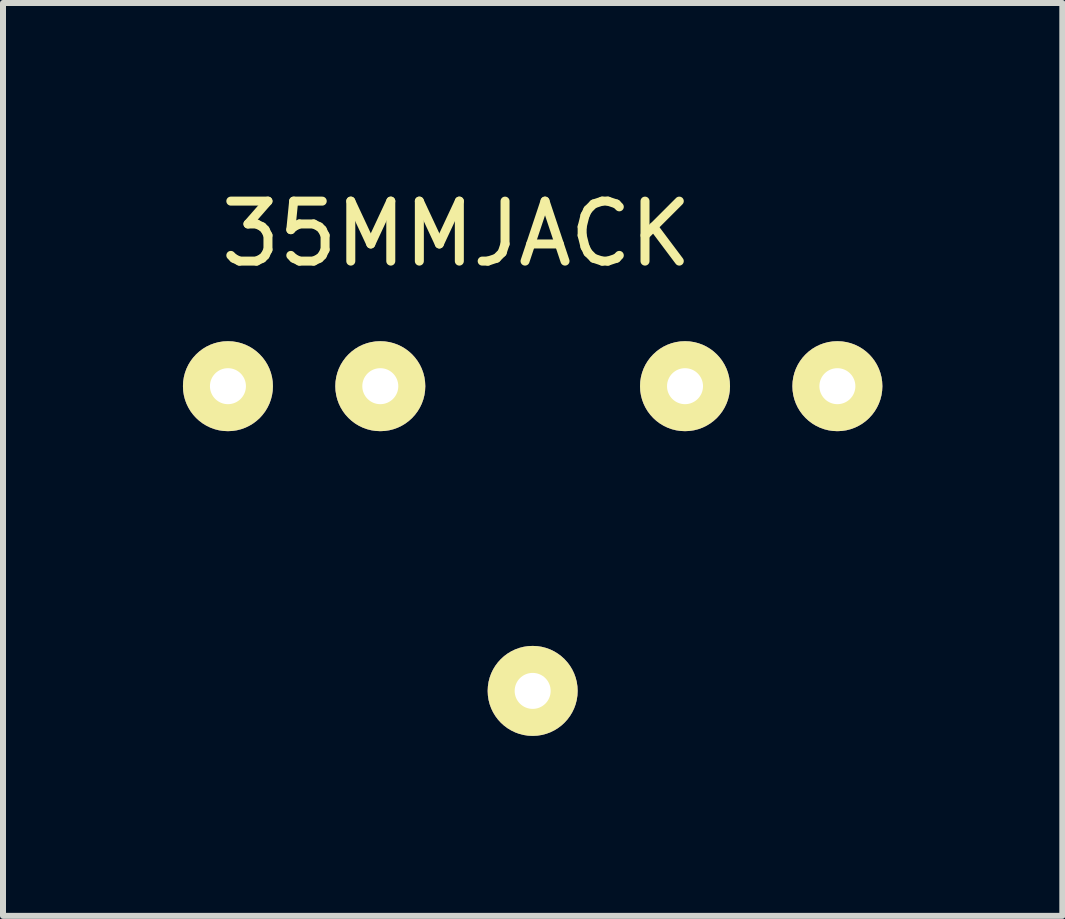
<source format=kicad_pcb>
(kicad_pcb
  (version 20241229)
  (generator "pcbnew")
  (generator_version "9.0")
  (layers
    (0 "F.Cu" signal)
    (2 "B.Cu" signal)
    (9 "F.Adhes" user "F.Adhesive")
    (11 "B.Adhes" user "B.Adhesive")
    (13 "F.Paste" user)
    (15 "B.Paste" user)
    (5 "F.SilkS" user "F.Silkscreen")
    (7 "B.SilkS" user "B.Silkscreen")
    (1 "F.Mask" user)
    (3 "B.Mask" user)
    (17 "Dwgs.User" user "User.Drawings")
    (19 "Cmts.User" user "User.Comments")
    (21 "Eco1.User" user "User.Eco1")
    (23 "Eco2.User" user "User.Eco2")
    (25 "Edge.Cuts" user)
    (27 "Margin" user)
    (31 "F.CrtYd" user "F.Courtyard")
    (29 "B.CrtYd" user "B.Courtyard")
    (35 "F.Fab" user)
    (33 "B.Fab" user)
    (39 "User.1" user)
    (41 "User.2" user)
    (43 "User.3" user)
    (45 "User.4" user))
  (footprint "35MMJACK"
    (layer "F.Cu")
    (at 4.56 0.848)
    (property "Reference" "35MMJACK" (at 0 0 0) (layer "F.SilkS") (effects (font (size 1 1) (thickness 0.15))))
    (attr through_hole)
    (pad "1" thru_hole circle (at -3.81 2.54) (size 1.5 1.5) (drill 0.6) (layers "*.Cu" "*.Mask" "F.SilkS"))
    (pad "2" thru_hole circle (at -1.27 2.54) (size 1.5 1.5) (drill 0.6) (layers "*.Cu" "*.Mask" "F.SilkS"))
    (pad "3" thru_hole circle (at 3.81 2.54) (size 1.5 1.5) (drill 0.6) (layers "*.Cu" "*.Mask" "F.SilkS"))
    (pad "4" thru_hole circle (at 6.35 2.54) (size 1.5 1.5) (drill 0.6) (layers "*.Cu" "*.Mask" "F.SilkS"))
    (pad "5" thru_hole circle (at 1.27 7.62) (size 1.5 1.5) (drill 0.6) (layers "*.Cu" "*.Mask" "F.SilkS")))
  (gr_rect
    (start -3 -3)
    (end 14.66 12.218)
    (stroke (width 0.1) (type default))
    (fill no)
    (layer "Edge.Cuts")))
</source>
